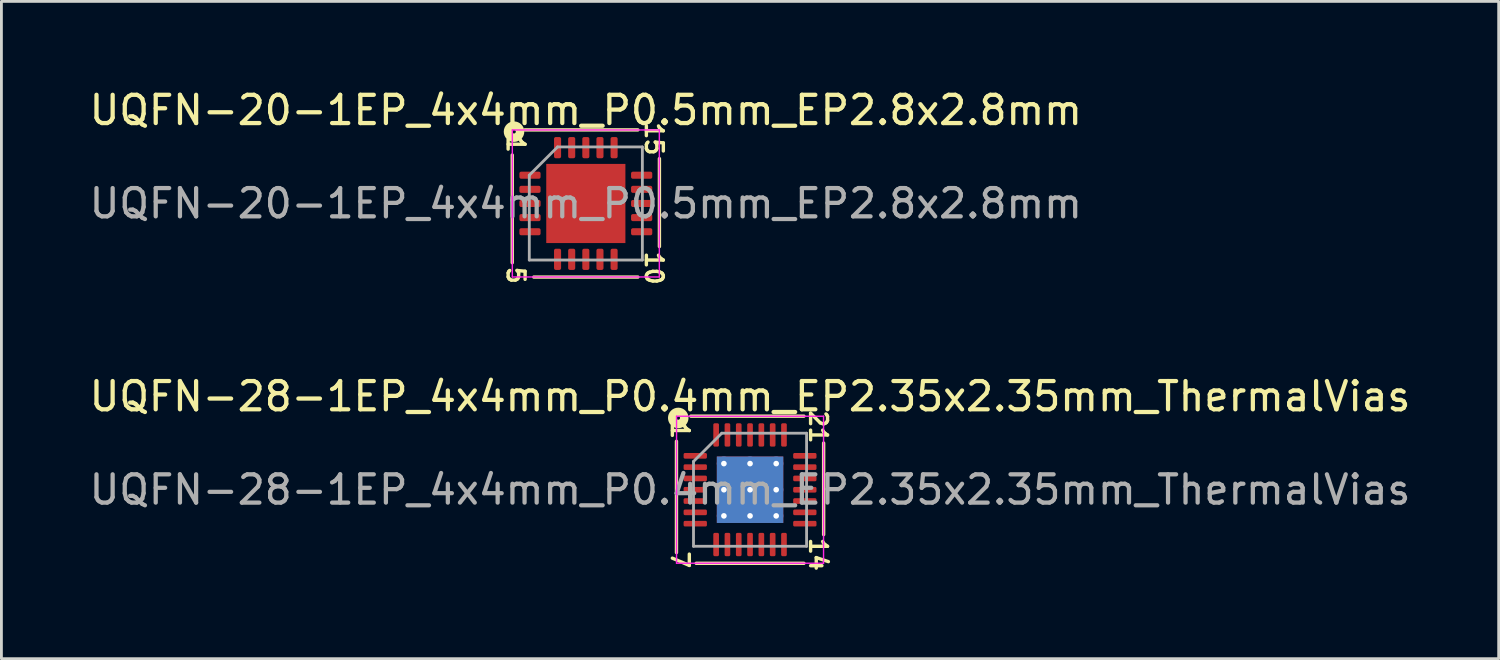
<source format=kicad_pcb>
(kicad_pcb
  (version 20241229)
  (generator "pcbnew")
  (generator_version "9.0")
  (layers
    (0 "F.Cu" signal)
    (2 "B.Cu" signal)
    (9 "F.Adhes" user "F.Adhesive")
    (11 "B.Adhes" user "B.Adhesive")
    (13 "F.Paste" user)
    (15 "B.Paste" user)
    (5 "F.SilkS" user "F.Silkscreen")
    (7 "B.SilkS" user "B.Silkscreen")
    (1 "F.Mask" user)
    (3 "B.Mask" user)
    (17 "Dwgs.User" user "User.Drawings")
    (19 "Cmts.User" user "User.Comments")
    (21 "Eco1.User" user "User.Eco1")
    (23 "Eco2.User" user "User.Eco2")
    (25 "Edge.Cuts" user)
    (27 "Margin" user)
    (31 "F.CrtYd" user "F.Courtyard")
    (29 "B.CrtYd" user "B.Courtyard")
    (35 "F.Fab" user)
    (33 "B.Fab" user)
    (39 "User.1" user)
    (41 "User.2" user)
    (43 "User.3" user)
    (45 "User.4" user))
  (footprint "UQFN-28-1EP_4x4mm_P0.4mm_EP2.35x2.35mm_ThermalVias"
    (layer "F.Cu")
    (at 23.482 14.274)
    (property "Reference" "UQFN-28-1EP_4x4mm_P0.4mm_EP2.35x2.35mm_ThermalVias" (at 0 -3.3 0) (layer "F.SilkS") (effects (font (size 1 1) (thickness 0.15))))
    (attr smd)
    (fp_line (start -2.603 -1.714) (end -2.603 2.223) (stroke (width 0.12) (type solid)) (layer "F.SilkS"))
    (fp_line (start -1.905 2.603) (end 1.905 2.603) (stroke (width 0.12) (type solid)) (layer "F.SilkS"))
    (fp_line (start 1.905 -2.603) (end -2.095 -2.603) (stroke (width 0.12) (type solid)) (layer "F.SilkS"))
    (fp_line (start 2.603 1.587) (end 2.603 -1.651) (stroke (width 0.12) (type solid)) (layer "F.SilkS"))
    (fp_circle (center -2.54 -2.54) (end -2.477 -2.54) (stroke (width 0.3) (type solid)) (fill no) (layer "F.SilkS"))
    (fp_line (start -2.6 -2.6) (end -2.6 2.6) (stroke (width 0.05) (type solid)) (layer "F.CrtYd"))
    (fp_line (start -2.6 2.6) (end 2.6 2.6) (stroke (width 0.05) (type solid)) (layer "F.CrtYd"))
    (fp_line (start 2.6 -2.6) (end -2.6 -2.6) (stroke (width 0.05) (type solid)) (layer "F.CrtYd"))
    (fp_line (start 2.6 2.6) (end 2.6 -2.6) (stroke (width 0.05) (type solid)) (layer "F.CrtYd"))
    (fp_line (start -2 -1) (end -1 -2) (stroke (width 0.1) (type solid)) (layer "F.Fab"))
    (fp_line (start -2 2) (end -2 -1) (stroke (width 0.1) (type solid)) (layer "F.Fab"))
    (fp_line (start -1 -2) (end 2 -2) (stroke (width 0.1) (type solid)) (layer "F.Fab"))
    (fp_line (start 2 -2) (end 2 2) (stroke (width 0.1) (type solid)) (layer "F.Fab"))
    (fp_line (start 2 2) (end -2 2) (stroke (width 0.1) (type solid)) (layer "F.Fab"))
    (fp_text user "14" (at 2.413 2.286 270) (unlocked yes) (layer "F.SilkS") (effects (font (size 0.6 0.6) (thickness 0.12))))
    (fp_text user "21" (at 2.413 -2.223 270) (unlocked yes) (layer "F.SilkS") (effects (font (size 0.6 0.6) (thickness 0.12))))
    (fp_text user "7" (at -2.477 2.477 270) (unlocked yes) (layer "F.SilkS") (effects (font (size 0.6 0.6) (thickness 0.12))))
    (fp_text user "1" (at -2.477 -2.095 270) (unlocked yes) (layer "F.SilkS") (effects (font (size 0.6 0.6) (thickness 0.12))))
    (fp_text user "${REFERENCE}" (at 0 0 0) (layer "F.Fab") (effects (font (size 1 1) (thickness 0.15))))
    (pad "" smd roundrect (at -0.59 -0.59) (size 0.98 0.98) (layers "F.Paste") (roundrect_rratio 0.25))
    (pad "" smd roundrect (at -0.59 0.59) (size 0.98 0.98) (layers "F.Paste") (roundrect_rratio 0.25))
    (pad "" smd roundrect (at 0.59 -0.59) (size 0.98 0.98) (layers "F.Paste") (roundrect_rratio 0.25))
    (pad "" smd roundrect (at 0.59 0.59) (size 0.98 0.98) (layers "F.Paste") (roundrect_rratio 0.25))
    (pad "1" smd roundrect (at -1.938 -1.2) (size 0.825 0.2) (layers "F.Cu" "F.Mask" "F.Paste") (roundrect_rratio 0.25))
    (pad "2" smd roundrect (at -1.938 -0.8) (size 0.825 0.2) (layers "F.Cu" "F.Mask" "F.Paste") (roundrect_rratio 0.25))
    (pad "3" smd roundrect (at -1.938 -0.4) (size 0.825 0.2) (layers "F.Cu" "F.Mask" "F.Paste") (roundrect_rratio 0.25))
    (pad "4" smd roundrect (at -1.938 0) (size 0.825 0.2) (layers "F.Cu" "F.Mask" "F.Paste") (roundrect_rratio 0.25))
    (pad "5" smd roundrect (at -1.938 0.4) (size 0.825 0.2) (layers "F.Cu" "F.Mask" "F.Paste") (roundrect_rratio 0.25))
    (pad "6" smd roundrect (at -1.938 0.8) (size 0.825 0.2) (layers "F.Cu" "F.Mask" "F.Paste") (roundrect_rratio 0.25))
    (pad "7" smd roundrect (at -1.938 1.2) (size 0.825 0.2) (layers "F.Cu" "F.Mask" "F.Paste") (roundrect_rratio 0.25))
    (pad "8" smd roundrect (at -1.2 1.938) (size 0.2 0.825) (layers "F.Cu" "F.Mask" "F.Paste") (roundrect_rratio 0.25))
    (pad "9" smd roundrect (at -0.8 1.938) (size 0.2 0.825) (layers "F.Cu" "F.Mask" "F.Paste") (roundrect_rratio 0.25))
    (pad "10" smd roundrect (at -0.4 1.938) (size 0.2 0.825) (layers "F.Cu" "F.Mask" "F.Paste") (roundrect_rratio 0.25))
    (pad "11" smd roundrect (at 0 1.938) (size 0.2 0.825) (layers "F.Cu" "F.Mask" "F.Paste") (roundrect_rratio 0.25))
    (pad "12" smd roundrect (at 0.4 1.938) (size 0.2 0.825) (layers "F.Cu" "F.Mask" "F.Paste") (roundrect_rratio 0.25))
    (pad "13" smd roundrect (at 0.8 1.938) (size 0.2 0.825) (layers "F.Cu" "F.Mask" "F.Paste") (roundrect_rratio 0.25))
    (pad "14" smd roundrect (at 1.2 1.938) (size 0.2 0.825) (layers "F.Cu" "F.Mask" "F.Paste") (roundrect_rratio 0.25))
    (pad "15" smd roundrect (at 1.938 1.2) (size 0.825 0.2) (layers "F.Cu" "F.Mask" "F.Paste") (roundrect_rratio 0.25))
    (pad "16" smd roundrect (at 1.938 0.8) (size 0.825 0.2) (layers "F.Cu" "F.Mask" "F.Paste") (roundrect_rratio 0.25))
    (pad "17" smd roundrect (at 1.938 0.4) (size 0.825 0.2) (layers "F.Cu" "F.Mask" "F.Paste") (roundrect_rratio 0.25))
    (pad "18" smd roundrect (at 1.938 0) (size 0.825 0.2) (layers "F.Cu" "F.Mask" "F.Paste") (roundrect_rratio 0.25))
    (pad "19" smd roundrect (at 1.938 -0.4) (size 0.825 0.2) (layers "F.Cu" "F.Mask" "F.Paste") (roundrect_rratio 0.25))
    (pad "20" smd roundrect (at 1.938 -0.8) (size 0.825 0.2) (layers "F.Cu" "F.Mask" "F.Paste") (roundrect_rratio 0.25))
    (pad "21" smd roundrect (at 1.938 -1.2) (size 0.825 0.2) (layers "F.Cu" "F.Mask" "F.Paste") (roundrect_rratio 0.25))
    (pad "22" smd roundrect (at 1.2 -1.938) (size 0.2 0.825) (layers "F.Cu" "F.Mask" "F.Paste") (roundrect_rratio 0.25))
    (pad "23" smd roundrect (at 0.8 -1.938) (size 0.2 0.825) (layers "F.Cu" "F.Mask" "F.Paste") (roundrect_rratio 0.25))
    (pad "24" smd roundrect (at 0.4 -1.938) (size 0.2 0.825) (layers "F.Cu" "F.Mask" "F.Paste") (roundrect_rratio 0.25))
    (pad "25" smd roundrect (at 0 -1.938) (size 0.2 0.825) (layers "F.Cu" "F.Mask" "F.Paste") (roundrect_rratio 0.25))
    (pad "26" smd roundrect (at -0.4 -1.938) (size 0.2 0.825) (layers "F.Cu" "F.Mask" "F.Paste") (roundrect_rratio 0.25))
    (pad "27" smd roundrect (at -0.8 -1.938) (size 0.2 0.825) (layers "F.Cu" "F.Mask" "F.Paste") (roundrect_rratio 0.25))
    (pad "28" smd roundrect (at -1.2 -1.938) (size 0.2 0.825) (layers "F.Cu" "F.Mask" "F.Paste") (roundrect_rratio 0.25))
    (pad "29" thru_hole circle (at -0.925 -0.925) (size 0.5 0.5) (drill 0.2) (layers "*.Cu"))
    (pad "29" thru_hole circle (at -0.925 0) (size 0.5 0.5) (drill 0.2) (layers "*.Cu"))
    (pad "29" thru_hole circle (at -0.925 0.925) (size 0.5 0.5) (drill 0.2) (layers "*.Cu"))
    (pad "29" thru_hole circle (at 0 -0.925) (size 0.5 0.5) (drill 0.2) (layers "*.Cu"))
    (pad "29" thru_hole circle (at 0 0) (size 0.5 0.5) (drill 0.2) (layers "*.Cu"))
    (pad "29" smd rect (at 0 0) (size 2.35 2.35) (layers "F.Cu" "F.Mask"))
    (pad "29" smd rect (at 0 0) (size 2.35 2.35) (layers "B.Cu" "B.Mask"))
    (pad "29" thru_hole circle (at 0 0.925) (size 0.5 0.5) (drill 0.2) (layers "*.Cu"))
    (pad "29" thru_hole circle (at 0.925 -0.925) (size 0.5 0.5) (drill 0.2) (layers "*.Cu"))
    (pad "29" thru_hole circle (at 0.925 0) (size 0.5 0.5) (drill 0.2) (layers "*.Cu"))
    (pad "29" thru_hole circle (at 0.925 0.925) (size 0.5 0.5) (drill 0.2) (layers "*.Cu")))
  (footprint "UQFN-20-1EP_4x4mm_P0.5mm_EP2.8x2.8mm"
    (layer "F.Cu")
    (at 17.673 4.148)
    (property "Reference" "UQFN-20-1EP_4x4mm_P0.5mm_EP2.8x2.8mm" (at 0 -3.3 0) (layer "F.SilkS") (effects (font (size 1 1) (thickness 0.15))))
    (attr smd)
    (fp_line (start -2.603 -1.714) (end -2.603 2.095) (stroke (width 0.12) (type solid)) (layer "F.SilkS"))
    (fp_line (start -1.841 2.603) (end 1.841 2.603) (stroke (width 0.12) (type solid)) (layer "F.SilkS"))
    (fp_line (start 1.841 -2.603) (end -2.159 -2.603) (stroke (width 0.12) (type solid)) (layer "F.SilkS"))
    (fp_line (start 2.603 1.524) (end 2.603 -1.587) (stroke (width 0.12) (type solid)) (layer "F.SilkS"))
    (fp_circle (center -2.54 -2.54) (end -2.477 -2.54) (stroke (width 0.3) (type solid)) (fill no) (layer "F.SilkS"))
    (fp_line (start -2.6 -2.6) (end -2.6 2.6) (stroke (width 0.05) (type solid)) (layer "F.CrtYd"))
    (fp_line (start -2.6 2.6) (end 2.6 2.6) (stroke (width 0.05) (type solid)) (layer "F.CrtYd"))
    (fp_line (start 2.6 -2.6) (end -2.6 -2.6) (stroke (width 0.05) (type solid)) (layer "F.CrtYd"))
    (fp_line (start 2.6 2.6) (end 2.6 -2.6) (stroke (width 0.05) (type solid)) (layer "F.CrtYd"))
    (fp_line (start -2 -1) (end -1 -2) (stroke (width 0.1) (type solid)) (layer "F.Fab"))
    (fp_line (start -2 2) (end -2 -1) (stroke (width 0.1) (type solid)) (layer "F.Fab"))
    (fp_line (start -1 -2) (end 2 -2) (stroke (width 0.1) (type solid)) (layer "F.Fab"))
    (fp_line (start 2 -2) (end 2 2) (stroke (width 0.1) (type solid)) (layer "F.Fab"))
    (fp_line (start 2 2) (end -2 2) (stroke (width 0.1) (type solid)) (layer "F.Fab"))
    (fp_text user "15" (at 2.413 -2.286 270) (unlocked yes) (layer "F.SilkS") (effects (font (size 0.6 0.6) (thickness 0.12))))
    (fp_text user "5" (at -2.477 2.54 270) (unlocked yes) (layer "F.SilkS") (effects (font (size 0.6 0.6) (thickness 0.12))))
    (fp_text user "10" (at 2.413 2.286 270) (unlocked yes) (layer "F.SilkS") (effects (font (size 0.6 0.6) (thickness 0.12))))
    (fp_text user "1" (at -2.477 -2.095 270) (unlocked yes) (layer "F.SilkS") (effects (font (size 0.6 0.6) (thickness 0.12))))
    (fp_text user "${REFERENCE}" (at 0 0 0) (layer "F.Fab") (effects (font (size 1 1) (thickness 0.15))))
    (pad "" smd roundrect (at -0.7 -0.7) (size 1.13 1.13) (layers "F.Paste") (roundrect_rratio 0.221))
    (pad "" smd roundrect (at -0.7 0.7) (size 1.13 1.13) (layers "F.Paste") (roundrect_rratio 0.221))
    (pad "" smd roundrect (at 0.7 -0.7) (size 1.13 1.13) (layers "F.Paste") (roundrect_rratio 0.221))
    (pad "" smd roundrect (at 0.7 0.7) (size 1.13 1.13) (layers "F.Paste") (roundrect_rratio 0.221))
    (pad "1" smd roundrect (at -1.975 -1) (size 0.75 0.25) (layers "F.Cu" "F.Mask" "F.Paste") (roundrect_rratio 0.25))
    (pad "2" smd roundrect (at -1.975 -0.5) (size 0.75 0.25) (layers "F.Cu" "F.Mask" "F.Paste") (roundrect_rratio 0.25))
    (pad "3" smd roundrect (at -1.975 0) (size 0.75 0.25) (layers "F.Cu" "F.Mask" "F.Paste") (roundrect_rratio 0.25))
    (pad "4" smd roundrect (at -1.975 0.5) (size 0.75 0.25) (layers "F.Cu" "F.Mask" "F.Paste") (roundrect_rratio 0.25))
    (pad "5" smd roundrect (at -1.975 1) (size 0.75 0.25) (layers "F.Cu" "F.Mask" "F.Paste") (roundrect_rratio 0.25))
    (pad "6" smd roundrect (at -1 1.975) (size 0.25 0.75) (layers "F.Cu" "F.Mask" "F.Paste") (roundrect_rratio 0.25))
    (pad "7" smd roundrect (at -0.5 1.975) (size 0.25 0.75) (layers "F.Cu" "F.Mask" "F.Paste") (roundrect_rratio 0.25))
    (pad "8" smd roundrect (at 0 1.975) (size 0.25 0.75) (layers "F.Cu" "F.Mask" "F.Paste") (roundrect_rratio 0.25))
    (pad "9" smd roundrect (at 0.5 1.975) (size 0.25 0.75) (layers "F.Cu" "F.Mask" "F.Paste") (roundrect_rratio 0.25))
    (pad "10" smd roundrect (at 1 1.975) (size 0.25 0.75) (layers "F.Cu" "F.Mask" "F.Paste") (roundrect_rratio 0.25))
    (pad "11" smd roundrect (at 1.975 1) (size 0.75 0.25) (layers "F.Cu" "F.Mask" "F.Paste") (roundrect_rratio 0.25))
    (pad "12" smd roundrect (at 1.975 0.5) (size 0.75 0.25) (layers "F.Cu" "F.Mask" "F.Paste") (roundrect_rratio 0.25))
    (pad "13" smd roundrect (at 1.975 0) (size 0.75 0.25) (layers "F.Cu" "F.Mask" "F.Paste") (roundrect_rratio 0.25))
    (pad "14" smd roundrect (at 1.975 -0.5) (size 0.75 0.25) (layers "F.Cu" "F.Mask" "F.Paste") (roundrect_rratio 0.25))
    (pad "15" smd roundrect (at 1.975 -1) (size 0.75 0.25) (layers "F.Cu" "F.Mask" "F.Paste") (roundrect_rratio 0.25))
    (pad "16" smd roundrect (at 1 -1.975) (size 0.25 0.75) (layers "F.Cu" "F.Mask" "F.Paste") (roundrect_rratio 0.25))
    (pad "17" smd roundrect (at 0.5 -1.975) (size 0.25 0.75) (layers "F.Cu" "F.Mask" "F.Paste") (roundrect_rratio 0.25))
    (pad "18" smd roundrect (at 0 -1.975) (size 0.25 0.75) (layers "F.Cu" "F.Mask" "F.Paste") (roundrect_rratio 0.25))
    (pad "19" smd roundrect (at -0.5 -1.975) (size 0.25 0.75) (layers "F.Cu" "F.Mask" "F.Paste") (roundrect_rratio 0.25))
    (pad "20" smd roundrect (at -1 -1.975) (size 0.25 0.75) (layers "F.Cu" "F.Mask" "F.Paste") (roundrect_rratio 0.25))
    (pad "21" smd rect (at 0 0) (size 2.8 2.8) (layers "F.Cu" "F.Mask")))
  (gr_rect
    (start -3 -3)
    (end 49.964 20.251)
    (stroke (width 0.1) (type default))
    (fill no)
    (layer "Edge.Cuts")))
</source>
